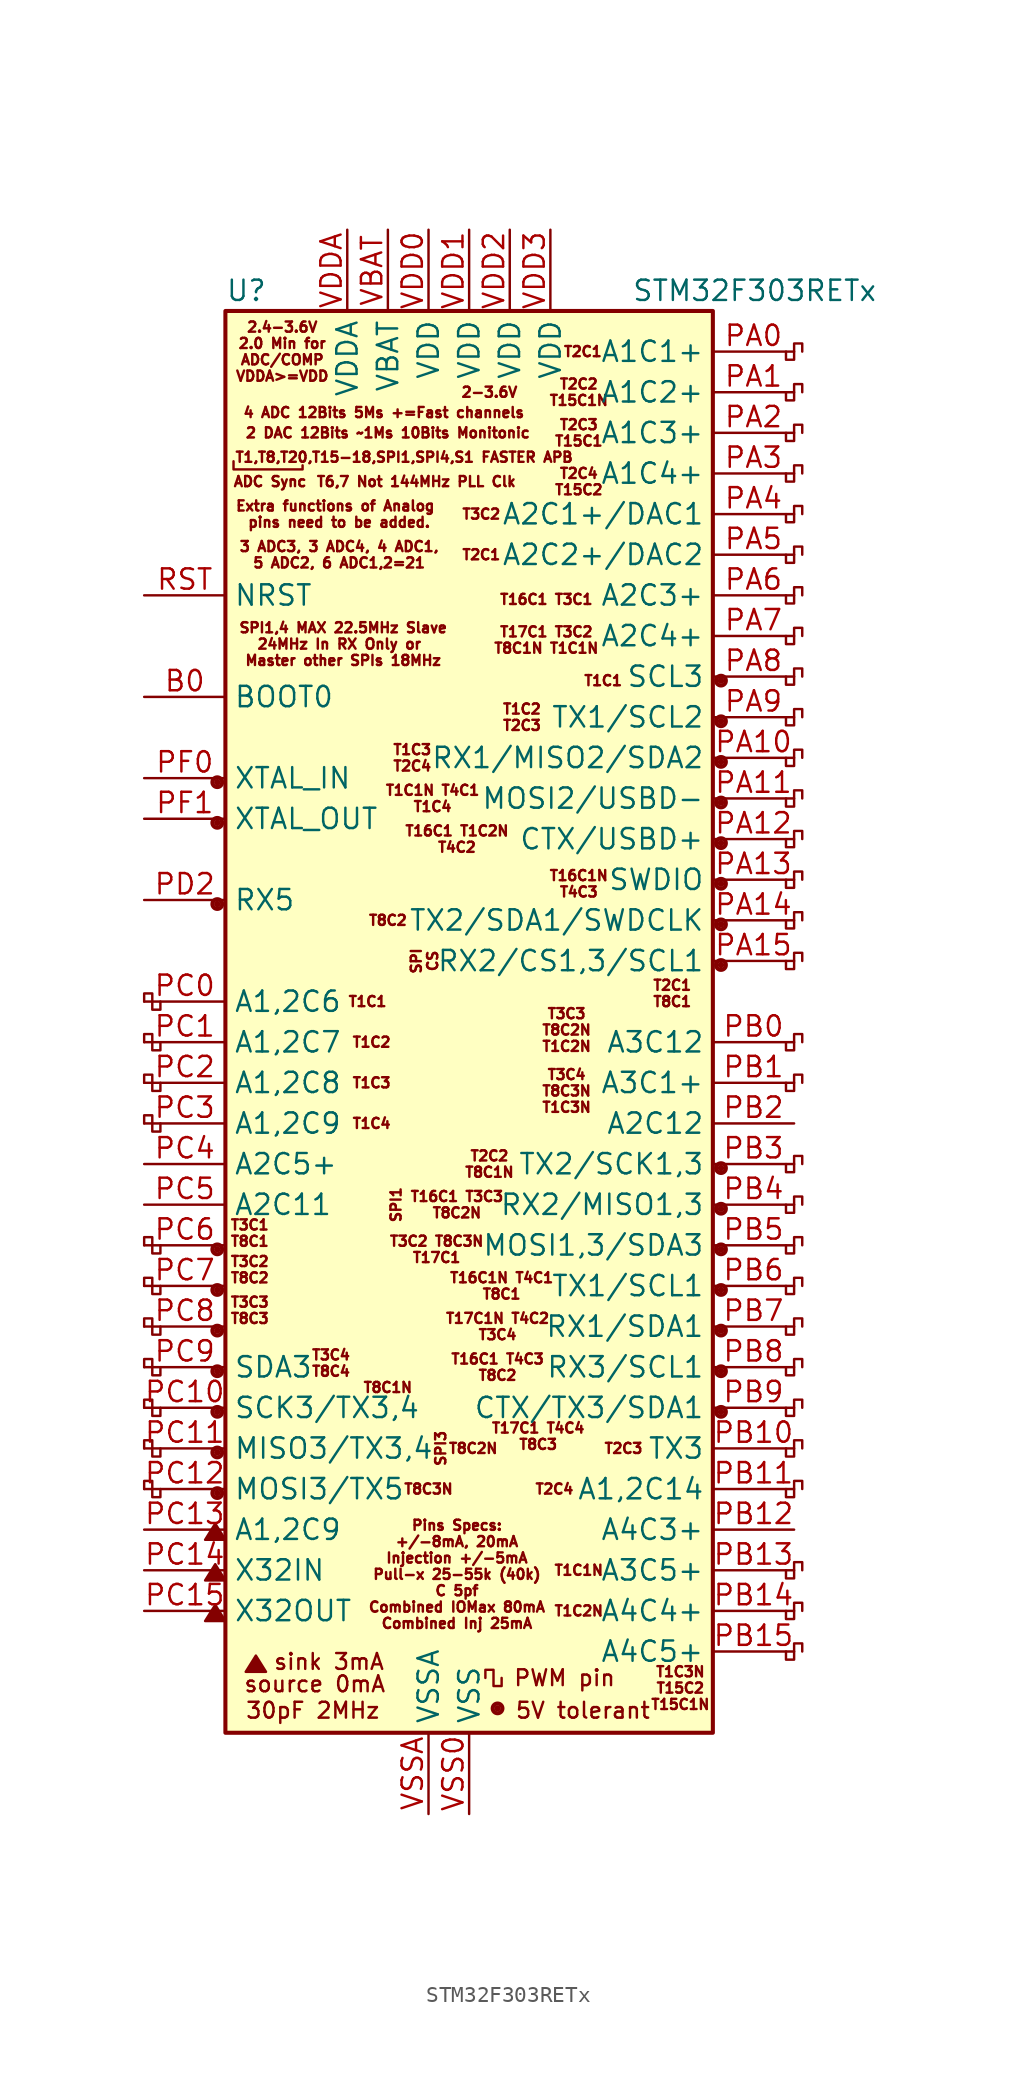
<source format=kicad_sym>
(kicad_symbol_lib
  (version 20231120)
  (generator "kicad_symbol_editor")
  (generator_version "8.0")
  (symbol "STM32F303RETx"
    (property "Reference" "U"
      (at -15.24 46.99 0)
      (effects (font (size 1.27 1.27)) (justify left)))
    (property "Value" "STM32F303RETx"
      (at 10.16 46.99 0)
      (effects (font (size 1.27 1.27)) (justify left)))
    (symbol "STM32F303RETx_0_0"
      (circle (center -15.748 -28.194) (radius 0.127) (stroke (width 0) (type default)) (fill (type outline)))
      (circle (center -15.748 -28.194) (radius 0.254) (stroke (width 0) (type default)) (fill (type none)))
      (circle (center -15.748 -28.194) (radius 0.356) (stroke (width 0) (type default)) (fill (type none)))
      (circle (center -15.748 -25.654) (radius 0.127) (stroke (width 0) (type default)) (fill (type outline)))
      (circle (center -15.748 -25.654) (radius 0.254) (stroke (width 0) (type default)) (fill (type none)))
      (circle (center -15.748 -25.654) (radius 0.356) (stroke (width 0) (type default)) (fill (type none)))
      (circle (center -15.748 -23.114) (radius 0.127) (stroke (width 0) (type default)) (fill (type outline)))
      (circle (center -15.748 -23.114) (radius 0.254) (stroke (width 0) (type default)) (fill (type none)))
      (circle (center -15.748 -23.114) (radius 0.356) (stroke (width 0) (type default)) (fill (type none)))
      (circle (center -15.748 -20.574) (radius 0.127) (stroke (width 0) (type default)) (fill (type outline)))
      (circle (center -15.748 -20.574) (radius 0.254) (stroke (width 0) (type default)) (fill (type none)))
      (circle (center -15.748 -20.574) (radius 0.356) (stroke (width 0) (type default)) (fill (type none)))
      (circle (center -15.748 -18.034) (radius 0.127) (stroke (width 0) (type default)) (fill (type outline)))
      (circle (center -15.748 -18.034) (radius 0.254) (stroke (width 0) (type default)) (fill (type none)))
      (circle (center -15.748 -18.034) (radius 0.356) (stroke (width 0) (type default)) (fill (type none)))
      (circle (center -15.748 -15.494) (radius 0.127) (stroke (width 0) (type default)) (fill (type outline)))
      (circle (center -15.748 -15.494) (radius 0.254) (stroke (width 0) (type default)) (fill (type none)))
      (circle (center -15.748 -15.494) (radius 0.356) (stroke (width 0) (type default)) (fill (type none)))
      (circle (center -15.748 -12.954) (radius 0.127) (stroke (width 0) (type default)) (fill (type outline)))
      (circle (center -15.748 -12.954) (radius 0.254) (stroke (width 0) (type default)) (fill (type none)))
      (circle (center -15.748 -12.954) (radius 0.356) (stroke (width 0) (type default)) (fill (type none)))
      (circle (center -15.748 8.636) (radius 0.127) (stroke (width 0) (type default)) (fill (type outline)))
      (circle (center -15.748 8.636) (radius 0.254) (stroke (width 0) (type default)) (fill (type none)))
      (circle (center -15.748 8.636) (radius 0.356) (stroke (width 0) (type default)) (fill (type none)))
      (circle (center -15.748 13.716) (radius 0.127) (stroke (width 0) (type default)) (fill (type outline)))
      (circle (center -15.748 13.716) (radius 0.254) (stroke (width 0) (type default)) (fill (type none)))
      (circle (center -15.748 13.716) (radius 0.356) (stroke (width 0) (type default)) (fill (type none)))
      (circle (center -15.748 16.256) (radius 0.127) (stroke (width 0) (type default)) (fill (type outline)))
      (circle (center -15.748 16.256) (radius 0.254) (stroke (width 0) (type default)) (fill (type none)))
      (circle (center -15.748 16.256) (radius 0.356) (stroke (width 0) (type default)) (fill (type none)))
      (polyline (pts (xy -16.51 -36.195) (xy -15.875 -35.179) (xy -15.24 -36.195) (xy -16.51 -36.195) (xy -15.875 -35.306) (xy -15.367 -36.195) (xy -16.383 -36.068) (xy -15.875 -35.433) (xy -15.494 -36.195) (xy -16.256 -35.941) (xy -15.748 -35.56) (xy -15.621 -36.195) (xy -16.129 -35.814) (xy -15.621 -35.687) (xy -15.748 -36.068) (xy -16.002 -35.814) (xy -15.748 -35.941) (xy -15.875 -35.687)) (stroke (width 0) (type default)) (fill (type none)))
      (polyline (pts (xy -16.51 -33.655) (xy -15.875 -32.639) (xy -15.24 -33.655) (xy -16.51 -33.655) (xy -15.875 -32.766) (xy -15.367 -33.655) (xy -16.383 -33.528) (xy -15.875 -32.893) (xy -15.494 -33.655) (xy -16.256 -33.401) (xy -15.748 -33.02) (xy -15.621 -33.655) (xy -16.129 -33.274) (xy -15.621 -33.147) (xy -15.748 -33.528) (xy -16.002 -33.274) (xy -15.748 -33.401) (xy -15.875 -33.147)) (stroke (width 0) (type default)) (fill (type none)))
      (polyline (pts (xy -16.51 -31.115) (xy -15.875 -30.099) (xy -15.24 -31.115) (xy -16.51 -31.115) (xy -15.875 -30.226) (xy -15.367 -31.115) (xy -16.383 -30.988) (xy -15.875 -30.353) (xy -15.494 -31.115) (xy -16.256 -30.861) (xy -15.748 -30.48) (xy -15.621 -31.115) (xy -16.129 -30.734) (xy -15.621 -30.607) (xy -15.748 -30.988) (xy -16.002 -30.734) (xy -15.748 -30.861) (xy -15.875 -30.607)) (stroke (width 0) (type default)) (fill (type none)))
      (polyline (pts (xy -13.97 -39.37) (xy -13.335 -38.354) (xy -12.7 -39.37) (xy -13.97 -39.37) (xy -13.335 -38.481) (xy -12.827 -39.37) (xy -13.843 -39.243) (xy -13.335 -38.608) (xy -12.954 -39.37) (xy -13.716 -39.116) (xy -13.208 -38.735) (xy -13.081 -39.37) (xy -13.589 -38.989) (xy -13.081 -38.862) (xy -13.208 -39.243) (xy -13.462 -38.989) (xy -13.208 -39.116) (xy -13.335 -38.862)) (stroke (width 0) (type default)) (fill (type none)))
      (circle (center 1.778 -41.656) (radius 0.127) (stroke (width 0) (type default)) (fill (type outline)))
      (circle (center 1.778 -41.656) (radius 0.254) (stroke (width 0) (type default)) (fill (type none)))
      (circle (center 1.778 -41.656) (radius 0.356) (stroke (width 0) (type default)) (fill (type none)))
      (circle (center 15.748 -23.114) (radius 0.127) (stroke (width 0) (type default)) (fill (type outline)))
      (circle (center 15.748 -23.114) (radius 0.254) (stroke (width 0) (type default)) (fill (type none)))
      (circle (center 15.748 -23.114) (radius 0.356) (stroke (width 0) (type default)) (fill (type none)))
      (circle (center 15.748 -20.574) (radius 0.127) (stroke (width 0) (type default)) (fill (type outline)))
      (circle (center 15.748 -20.574) (radius 0.254) (stroke (width 0) (type default)) (fill (type none)))
      (circle (center 15.748 -20.574) (radius 0.356) (stroke (width 0) (type default)) (fill (type none)))
      (circle (center 15.748 -18.034) (radius 0.127) (stroke (width 0) (type default)) (fill (type outline)))
      (circle (center 15.748 -18.034) (radius 0.254) (stroke (width 0) (type default)) (fill (type none)))
      (circle (center 15.748 -18.034) (radius 0.356) (stroke (width 0) (type default)) (fill (type none)))
      (circle (center 15.748 -15.494) (radius 0.127) (stroke (width 0) (type default)) (fill (type outline)))
      (circle (center 15.748 -15.494) (radius 0.254) (stroke (width 0) (type default)) (fill (type none)))
      (circle (center 15.748 -15.494) (radius 0.356) (stroke (width 0) (type default)) (fill (type none)))
      (circle (center 15.748 -12.954) (radius 0.127) (stroke (width 0) (type default)) (fill (type outline)))
      (circle (center 15.748 -12.954) (radius 0.254) (stroke (width 0) (type default)) (fill (type none)))
      (circle (center 15.748 -12.954) (radius 0.356) (stroke (width 0) (type default)) (fill (type none)))
      (circle (center 15.748 -10.414) (radius 0.127) (stroke (width 0) (type default)) (fill (type outline)))
      (circle (center 15.748 -10.414) (radius 0.254) (stroke (width 0) (type default)) (fill (type none)))
      (circle (center 15.748 -10.414) (radius 0.356) (stroke (width 0) (type default)) (fill (type none)))
      (circle (center 15.748 -7.874) (radius 0.127) (stroke (width 0) (type default)) (fill (type outline)))
      (circle (center 15.748 -7.874) (radius 0.254) (stroke (width 0) (type default)) (fill (type none)))
      (circle (center 15.748 -7.874) (radius 0.356) (stroke (width 0) (type default)) (fill (type none)))
      (circle (center 15.748 4.826) (radius 0.127) (stroke (width 0) (type default)) (fill (type outline)))
      (circle (center 15.748 4.826) (radius 0.254) (stroke (width 0) (type default)) (fill (type none)))
      (circle (center 15.748 4.826) (radius 0.356) (stroke (width 0) (type default)) (fill (type none)))
      (circle (center 15.748 7.366) (radius 0.127) (stroke (width 0) (type default)) (fill (type outline)))
      (circle (center 15.748 7.366) (radius 0.254) (stroke (width 0) (type default)) (fill (type none)))
      (circle (center 15.748 7.366) (radius 0.356) (stroke (width 0) (type default)) (fill (type none)))
      (circle (center 15.748 9.906) (radius 0.127) (stroke (width 0) (type default)) (fill (type outline)))
      (circle (center 15.748 9.906) (radius 0.254) (stroke (width 0) (type default)) (fill (type none)))
      (circle (center 15.748 9.906) (radius 0.356) (stroke (width 0) (type default)) (fill (type none)))
      (circle (center 15.748 12.446) (radius 0.127) (stroke (width 0) (type default)) (fill (type outline)))
      (circle (center 15.748 12.446) (radius 0.254) (stroke (width 0) (type default)) (fill (type none)))
      (circle (center 15.748 12.446) (radius 0.356) (stroke (width 0) (type default)) (fill (type none)))
      (circle (center 15.748 14.986) (radius 0.127) (stroke (width 0) (type default)) (fill (type outline)))
      (circle (center 15.748 14.986) (radius 0.254) (stroke (width 0) (type default)) (fill (type none)))
      (circle (center 15.748 14.986) (radius 0.356) (stroke (width 0) (type default)) (fill (type none)))
      (circle (center 15.748 17.526) (radius 0.127) (stroke (width 0) (type default)) (fill (type outline)))
      (circle (center 15.748 17.526) (radius 0.254) (stroke (width 0) (type default)) (fill (type none)))
      (circle (center 15.748 17.526) (radius 0.356) (stroke (width 0) (type default)) (fill (type none)))
      (circle (center 15.748 20.066) (radius 0.127) (stroke (width 0) (type default)) (fill (type outline)))
      (circle (center 15.748 20.066) (radius 0.254) (stroke (width 0) (type default)) (fill (type none)))
      (circle (center 15.748 20.066) (radius 0.356) (stroke (width 0) (type default)) (fill (type none)))
      (circle (center 15.748 22.606) (radius 0.127) (stroke (width 0) (type default)) (fill (type outline)))
      (circle (center 15.748 22.606) (radius 0.254) (stroke (width 0) (type default)) (fill (type none)))
      (circle (center 15.748 22.606) (radius 0.356) (stroke (width 0) (type default)) (fill (type none)))
      (text "30pF 2MHz" (at -9.779 -41.783 0) (effects (font (size 0.991 0.991))))
      (text "5V tolerant" (at 7.112 -41.783 0) (effects (font (size 0.991 0.991))))
      (text "PWM pin" (at 5.969 -39.751 0) (effects (font (size 0.991 0.991))))
      (text "sink 3mA" (at -8.763 -38.735 0) (effects (font (size 0.991 0.991))))
      (text "source 0mA" (at -9.652 -40.132 0) (effects (font (size 0.991 0.991)))))
    (symbol "STM32F303RETx_0_1"
      (rectangle (start -15.24 45.72) (end 15.24 -43.18) (stroke (width 0.254) (type default)) (fill (type background)))
      (polyline (pts (xy -19.304 -27.94) (xy -19.304 -28.448) (xy -19.812 -28.448) (xy -19.812 -27.432) (xy -20.32 -27.432) (xy -20.32 -27.94)) (stroke (width 0) (type default)) (fill (type none)))
      (polyline (pts (xy -19.304 -25.4) (xy -19.304 -25.908) (xy -19.812 -25.908) (xy -19.812 -24.892) (xy -20.32 -24.892) (xy -20.32 -25.4)) (stroke (width 0) (type default)) (fill (type none)))
      (polyline (pts (xy -19.304 -22.86) (xy -19.304 -23.368) (xy -19.812 -23.368) (xy -19.812 -22.352) (xy -20.32 -22.352) (xy -20.32 -22.86)) (stroke (width 0) (type default)) (fill (type none)))
      (polyline (pts (xy -19.304 -20.32) (xy -19.304 -20.828) (xy -19.812 -20.828) (xy -19.812 -19.812) (xy -20.32 -19.812) (xy -20.32 -20.32)) (stroke (width 0) (type default)) (fill (type none)))
      (polyline (pts (xy -19.304 -17.78) (xy -19.304 -18.288) (xy -19.812 -18.288) (xy -19.812 -17.272) (xy -20.32 -17.272) (xy -20.32 -17.78)) (stroke (width 0) (type default)) (fill (type none)))
      (polyline (pts (xy -19.304 -15.24) (xy -19.304 -15.748) (xy -19.812 -15.748) (xy -19.812 -14.732) (xy -20.32 -14.732) (xy -20.32 -15.24)) (stroke (width 0) (type default)) (fill (type none)))
      (polyline (pts (xy -19.304 -12.7) (xy -19.304 -13.208) (xy -19.812 -13.208) (xy -19.812 -12.192) (xy -20.32 -12.192) (xy -20.32 -12.7)) (stroke (width 0) (type default)) (fill (type none)))
      (polyline (pts (xy -19.304 -5.08) (xy -19.304 -5.588) (xy -19.812 -5.588) (xy -19.812 -4.572) (xy -20.32 -4.572) (xy -20.32 -5.08)) (stroke (width 0) (type default)) (fill (type none)))
      (polyline (pts (xy -19.304 -2.54) (xy -19.304 -3.048) (xy -19.812 -3.048) (xy -19.812 -2.032) (xy -20.32 -2.032) (xy -20.32 -2.54)) (stroke (width 0) (type default)) (fill (type none)))
      (polyline (pts (xy -19.304 0) (xy -19.304 -0.508) (xy -19.812 -0.508) (xy -19.812 0.508) (xy -20.32 0.508) (xy -20.32 0)) (stroke (width 0) (type default)) (fill (type none)))
      (polyline (pts (xy -19.304 2.54) (xy -19.304 2.032) (xy -19.812 2.032) (xy -19.812 3.048) (xy -20.32 3.048) (xy -20.32 2.54)) (stroke (width 0) (type default)) (fill (type none)))
      (polyline (pts (xy 2.032 -39.751) (xy 2.032 -40.259) (xy 1.524 -40.259) (xy 1.524 -39.243) (xy 1.016 -39.243) (xy 1.016 -39.751)) (stroke (width 0) (type default)) (fill (type none)))
      (polyline (pts (xy 20.828 -38.1) (xy 20.828 -37.592) (xy 20.32 -37.592) (xy 20.32 -38.608) (xy 19.812 -38.608) (xy 19.812 -38.1)) (stroke (width 0) (type default)) (fill (type none)))
      (polyline (pts (xy 20.828 -35.56) (xy 20.828 -35.052) (xy 20.32 -35.052) (xy 20.32 -36.068) (xy 19.812 -36.068) (xy 19.812 -35.56)) (stroke (width 0) (type default)) (fill (type none)))
      (polyline (pts (xy 20.828 -33.02) (xy 20.828 -32.512) (xy 20.32 -32.512) (xy 20.32 -33.528) (xy 19.812 -33.528) (xy 19.812 -33.02)) (stroke (width 0) (type default)) (fill (type none)))
      (polyline (pts (xy 20.828 -27.94) (xy 20.828 -27.432) (xy 20.32 -27.432) (xy 20.32 -28.448) (xy 19.812 -28.448) (xy 19.812 -27.94)) (stroke (width 0) (type default)) (fill (type none)))
      (polyline (pts (xy 20.828 -25.4) (xy 20.828 -24.892) (xy 20.32 -24.892) (xy 20.32 -25.908) (xy 19.812 -25.908) (xy 19.812 -25.4)) (stroke (width 0) (type default)) (fill (type none)))
      (polyline (pts (xy 20.828 -22.86) (xy 20.828 -22.352) (xy 20.32 -22.352) (xy 20.32 -23.368) (xy 19.812 -23.368) (xy 19.812 -22.86)) (stroke (width 0) (type default)) (fill (type none)))
      (polyline (pts (xy 20.828 -20.32) (xy 20.828 -19.812) (xy 20.32 -19.812) (xy 20.32 -20.828) (xy 19.812 -20.828) (xy 19.812 -20.32)) (stroke (width 0) (type default)) (fill (type none)))
      (polyline (pts (xy 20.828 -17.78) (xy 20.828 -17.272) (xy 20.32 -17.272) (xy 20.32 -18.288) (xy 19.812 -18.288) (xy 19.812 -17.78)) (stroke (width 0) (type default)) (fill (type none)))
      (polyline (pts (xy 20.828 -15.24) (xy 20.828 -14.732) (xy 20.32 -14.732) (xy 20.32 -15.748) (xy 19.812 -15.748) (xy 19.812 -15.24)) (stroke (width 0) (type default)) (fill (type none)))
      (polyline (pts (xy 20.828 -12.7) (xy 20.828 -12.192) (xy 20.32 -12.192) (xy 20.32 -13.208) (xy 19.812 -13.208) (xy 19.812 -12.7)) (stroke (width 0) (type default)) (fill (type none)))
      (polyline (pts (xy 20.828 -10.16) (xy 20.828 -9.652) (xy 20.32 -9.652) (xy 20.32 -10.668) (xy 19.812 -10.668) (xy 19.812 -10.16)) (stroke (width 0) (type default)) (fill (type none)))
      (polyline (pts (xy 20.828 -7.62) (xy 20.828 -7.112) (xy 20.32 -7.112) (xy 20.32 -8.128) (xy 19.812 -8.128) (xy 19.812 -7.62)) (stroke (width 0) (type default)) (fill (type none)))
      (polyline (pts (xy 20.828 -2.54) (xy 20.828 -2.032) (xy 20.32 -2.032) (xy 20.32 -3.048) (xy 19.812 -3.048) (xy 19.812 -2.54)) (stroke (width 0) (type default)) (fill (type none)))
      (polyline (pts (xy 20.828 0) (xy 20.828 0.508) (xy 20.32 0.508) (xy 20.32 -0.508) (xy 19.812 -0.508) (xy 19.812 0)) (stroke (width 0) (type default)) (fill (type none)))
      (polyline (pts (xy 20.828 5.08) (xy 20.828 5.588) (xy 20.32 5.588) (xy 20.32 4.572) (xy 19.812 4.572) (xy 19.812 5.08)) (stroke (width 0) (type default)) (fill (type none)))
      (polyline (pts (xy 20.828 7.62) (xy 20.828 8.128) (xy 20.32 8.128) (xy 20.32 7.112) (xy 19.812 7.112) (xy 19.812 7.62)) (stroke (width 0) (type default)) (fill (type none)))
      (polyline (pts (xy 20.828 10.16) (xy 20.828 10.668) (xy 20.32 10.668) (xy 20.32 9.652) (xy 19.812 9.652) (xy 19.812 10.16)) (stroke (width 0) (type default)) (fill (type none)))
      (polyline (pts (xy 20.828 12.7) (xy 20.828 13.208) (xy 20.32 13.208) (xy 20.32 12.192) (xy 19.812 12.192) (xy 19.812 12.7)) (stroke (width 0) (type default)) (fill (type none)))
      (polyline (pts (xy 20.828 15.24) (xy 20.828 15.748) (xy 20.32 15.748) (xy 20.32 14.732) (xy 19.812 14.732) (xy 19.812 15.24)) (stroke (width 0) (type default)) (fill (type none)))
      (polyline (pts (xy 20.828 17.78) (xy 20.828 18.288) (xy 20.32 18.288) (xy 20.32 17.272) (xy 19.812 17.272) (xy 19.812 17.78)) (stroke (width 0) (type default)) (fill (type none)))
      (polyline (pts (xy 20.828 20.32) (xy 20.828 20.828) (xy 20.32 20.828) (xy 20.32 19.812) (xy 19.812 19.812) (xy 19.812 20.32)) (stroke (width 0) (type default)) (fill (type none)))
      (polyline (pts (xy 20.828 22.86) (xy 20.828 23.368) (xy 20.32 23.368) (xy 20.32 22.352) (xy 19.812 22.352) (xy 19.812 22.86)) (stroke (width 0) (type default)) (fill (type none)))
      (polyline (pts (xy 20.828 25.4) (xy 20.828 25.908) (xy 20.32 25.908) (xy 20.32 24.892) (xy 19.812 24.892) (xy 19.812 25.4)) (stroke (width 0) (type default)) (fill (type none)))
      (polyline (pts (xy 20.828 27.94) (xy 20.828 28.448) (xy 20.32 28.448) (xy 20.32 27.432) (xy 19.812 27.432) (xy 19.812 27.94)) (stroke (width 0) (type default)) (fill (type none)))
      (polyline (pts (xy 20.828 30.48) (xy 20.828 30.988) (xy 20.32 30.988) (xy 20.32 29.972) (xy 19.812 29.972) (xy 19.812 30.48)) (stroke (width 0) (type default)) (fill (type none)))
      (polyline (pts (xy 20.828 33.02) (xy 20.828 33.528) (xy 20.32 33.528) (xy 20.32 32.512) (xy 19.812 32.512) (xy 19.812 33.02)) (stroke (width 0) (type default)) (fill (type none)))
      (polyline (pts (xy 20.828 35.56) (xy 20.828 36.068) (xy 20.32 36.068) (xy 20.32 35.052) (xy 19.812 35.052) (xy 19.812 35.56)) (stroke (width 0) (type default)) (fill (type none)))
      (polyline (pts (xy 20.828 38.1) (xy 20.828 38.608) (xy 20.32 38.608) (xy 20.32 37.592) (xy 19.812 37.592) (xy 19.812 38.1)) (stroke (width 0) (type default)) (fill (type none)))
      (polyline (pts (xy 20.828 40.64) (xy 20.828 41.148) (xy 20.32 41.148) (xy 20.32 40.132) (xy 19.812 40.132) (xy 19.812 40.64)) (stroke (width 0) (type default)) (fill (type none)))
      (polyline (pts (xy 20.828 43.18) (xy 20.828 43.688) (xy 20.32 43.688) (xy 20.32 42.672) (xy 19.812 42.672) (xy 19.812 43.18)) (stroke (width 0) (type default)) (fill (type none))))
    (symbol "STM32F303RETx_1_1"
      (polyline (pts (xy -14.732 36.322) (xy -14.732 35.814) (xy -10.414 35.814) (xy -10.414 36.068)) (stroke (width 0) (type default)) (fill (type none)))
      (text "2 DAC 12Bits ~1Ms 10Bits Monitonic" (at -5.08 38.1 0) (effects (font (size 0.635 0.635))))
      (text "2-3.6V" (at 1.27 40.64 0) (effects (font (size 0.635 0.635))))
      (text "2.4-3.6V\n2.0 Min for\nADC/COMP\nVDDA>=VDD" (at -11.684 43.18 0) (effects (font (size 0.635 0.635))))
      (text "3 ADC3, 3 ADC4, 4 ADC1,\n5 ADC2, 6 ADC1,2=21" (at -8.128 30.48 0) (effects (font (size 0.635 0.635))))
      (text "4 ADC 12Bits 5Ms +=Fast channels" (at -5.334 39.37 0) (effects (font (size 0.635 0.635))))
      (text "ADC Sync" (at -12.446 35.052 0) (effects (font (size 0.635 0.635))))
      (text "Extra functions of Analog \npins need to be added." (at -8.128 33.02 0) (effects (font (size 0.635 0.635))))
      (text "Pins Specs:\n+/-8mA, 20mA\nInjection +/-5mA\nPull-x 25-55k (40k)\nC 5pf\nCombined IOMax 80mA\nCombined Inj 25mA" (at -0.762 -33.274 0) (effects (font (size 0.635 0.635))))
      (text "SPI\nCS" (at -2.794 5.08 900) (effects (font (size 0.635 0.635))))
      (text "SPI1" (at -4.572 -10.16 900) (effects (font (size 0.635 0.635))))
      (text "SPI1,4 MAX 22.5MHz Slave\n24MHz In RX Only or \nMaster other SPIs 18MHz" (at -7.874 24.892 0) (effects (font (size 0.635 0.635))))
      (text "SPI3" (at -1.778 -25.4 900) (effects (font (size 0.635 0.635))))
      (text "T1,T8,T20,T15-18,SPI1,SPI4,S1 FASTER APB" (at -4.064 36.576 0) (effects (font (size 0.635 0.635))))
      (text "T16C1 T1C2N\nT4C2" (at -0.762 12.7 0) (effects (font (size 0.635 0.635))))
      (text "T16C1 T3C1" (at 4.826 27.686 0) (effects (font (size 0.635 0.635))))
      (text "T16C1 T3C3\nT8C2N" (at -0.762 -10.16 0) (effects (font (size 0.635 0.635))))
      (text "T16C1 T4C3\nT8C2" (at 1.778 -20.32 0) (effects (font (size 0.635 0.635))))
      (text "T16C1N\nT4C3" (at 6.858 9.906 0) (effects (font (size 0.635 0.635))))
      (text "T16C1N T4C1\nT8C1" (at 2.032 -15.24 0) (effects (font (size 0.635 0.635))))
      (text "T17C1 T3C2\nT8C1N T1C1N" (at 4.826 25.146 0) (effects (font (size 0.635 0.635))))
      (text "T17C1 T4C4\nT8C3" (at 4.318 -24.638 0) (effects (font (size 0.635 0.635))))
      (text "T17C1N T4C2\nT3C4" (at 1.778 -17.78 0) (effects (font (size 0.635 0.635))))
      (text "T1C1" (at -6.35 2.54 0) (effects (font (size 0.635 0.635))))
      (text "T1C1" (at 8.382 22.606 0) (effects (font (size 0.635 0.635))))
      (text "T1C1N" (at 6.858 -33.02 0) (effects (font (size 0.635 0.635))))
      (text "T1C1N T4C1\nT1C4" (at -2.286 15.24 0) (effects (font (size 0.635 0.635))))
      (text "T1C2" (at -6.096 0 0) (effects (font (size 0.635 0.635))))
      (text "T1C2\nT2C3" (at 3.302 20.32 0) (effects (font (size 0.635 0.635))))
      (text "T1C2N" (at 6.858 -35.56 0) (effects (font (size 0.635 0.635))))
      (text "T1C3" (at -6.096 -2.54 0) (effects (font (size 0.635 0.635))))
      (text "T1C3\nT2C4" (at -3.556 17.78 0) (effects (font (size 0.635 0.635))))
      (text "T1C3N\nT15C2\nT15C1N" (at 13.208 -40.386 0) (effects (font (size 0.635 0.635))))
      (text "T1C4" (at -6.096 -5.08 0) (effects (font (size 0.635 0.635))))
      (text "T2C1" (at 0.762 30.48 0) (effects (font (size 0.635 0.635))))
      (text "T2C1" (at 7.112 43.18 0) (effects (font (size 0.635 0.635))))
      (text "T2C1\nT8C1" (at 12.7 3.048 0) (effects (font (size 0.635 0.635))))
      (text "T2C2\nT15C1N" (at 6.858 40.64 0) (effects (font (size 0.635 0.635))))
      (text "T2C2\nT8C1N" (at 1.27 -7.62 0) (effects (font (size 0.635 0.635))))
      (text "T2C3" (at 9.652 -25.4 0) (effects (font (size 0.635 0.635))))
      (text "T2C3\nT15C1" (at 6.858 38.1 0) (effects (font (size 0.635 0.635))))
      (text "T2C4" (at 5.334 -27.94 0) (effects (font (size 0.635 0.635))))
      (text "T2C4\nT15C2" (at 6.858 35.052 0) (effects (font (size 0.635 0.635))))
      (text "T3C1\nT8C1" (at -13.716 -11.938 0) (effects (font (size 0.635 0.635))))
      (text "T3C2" (at 0.762 33.02 0) (effects (font (size 0.635 0.635))))
      (text "T3C2\nT8C2" (at -13.716 -14.224 0) (effects (font (size 0.635 0.635))))
      (text "T3C2 T8C3N\nT17C1" (at -2.032 -12.954 0) (effects (font (size 0.635 0.635))))
      (text "T3C3\nT8C2N\nT1C2N" (at 6.096 0.762 0) (effects (font (size 0.635 0.635))))
      (text "T3C3\nT8C3" (at -13.716 -16.764 0) (effects (font (size 0.635 0.635))))
      (text "T3C4\nT8C3N\nT1C3N" (at 6.096 -3.048 0) (effects (font (size 0.635 0.635))))
      (text "T3C4\nT8C4" (at -8.636 -20.066 0) (effects (font (size 0.635 0.635))))
      (text "T6,7 Not 144MHz PLL Clk" (at -3.302 35.052 0) (effects (font (size 0.635 0.635))))
      (text "T8C1N" (at -5.08 -21.59 0) (effects (font (size 0.635 0.635))))
      (text "T8C2" (at -5.08 7.62 0) (effects (font (size 0.635 0.635))))
      (text "T8C2N" (at 0.254 -25.4 0) (effects (font (size 0.635 0.635))))
      (text "T8C3N" (at -2.54 -27.94 0) (effects (font (size 0.635 0.635))))
      (pin input line (at -20.32 21.59 0) (length 5.08) (name "BOOT0" (effects (font (size 1.27 1.27)))) (number "B0" (effects (font (size 1.27 1.27)))))
      (pin bidirectional line (at 20.32 43.18 180) (length 5.08) (name "A1C1+" (effects (font (size 1.27 1.27)))) (number "PA0" (effects (font (size 1.27 1.27)))) (alternate "ADC1_IN1" bidirectional line) (alternate "COMP1_INM" bidirectional line) (alternate "COMP1_OUT" bidirectional line) (alternate "RTC_TAMP2" bidirectional line) (alternate "SYS_WKUP1" bidirectional line) (alternate "TIM2_CH1" bidirectional line) (alternate "TIM2_ETR" bidirectional line) (alternate "TIM8_BKIN" bidirectional line) (alternate "TIM8_ETR" bidirectional line) (alternate "TSC_G1_IO1" bidirectional line) (alternate "USART2_CTS" bidirectional line))
      (pin bidirectional line (at 20.32 40.64 180) (length 5.08) (name "A1C2+" (effects (font (size 1.27 1.27)))) (number "PA1" (effects (font (size 1.27 1.27)))) (alternate "ADC1_IN2" bidirectional line) (alternate "COMP1_INP" bidirectional line) (alternate "OPAMP1_VINP" bidirectional line) (alternate "OPAMP1_VINP_SEC" bidirectional line) (alternate "OPAMP3_VINP" bidirectional line) (alternate "OPAMP3_VINP_SEC" bidirectional line) (alternate "RTC_REFIN" bidirectional line) (alternate "TIM15_CH1N" bidirectional line) (alternate "TIM2_CH2" bidirectional line) (alternate "TSC_G1_IO2" bidirectional line) (alternate "USART2_DE" bidirectional line) (alternate "USART2_RTS" bidirectional line))
      (pin bidirectional line (at 20.32 17.78 180) (length 5.08) (name "RX1/MISO2/SDA2" (effects (font (size 1.27 1.27)))) (number "PA10" (effects (font (size 1.27 1.27)))) (alternate "COMP6_OUT" bidirectional line) (alternate "I2C2_SDA" bidirectional line) (alternate "I2S2_ext_SD" bidirectional line) (alternate "SPI2_MISO" bidirectional line) (alternate "TIM17_BKIN" bidirectional line) (alternate "TIM1_CH3" bidirectional line) (alternate "TIM2_CH4" bidirectional line) (alternate "TIM8_BKIN" bidirectional line) (alternate "TSC_G4_IO2" bidirectional line) (alternate "USART1_RX" bidirectional line))
      (pin bidirectional line (at 20.32 15.24 180) (length 5.08) (name "MOSI2/USBD-" (effects (font (size 1.27 1.27)))) (number "PA11" (effects (font (size 1.27 1.27)))) (alternate "ADC1_EXTI11" bidirectional line) (alternate "ADC2_EXTI11" bidirectional line) (alternate "CAN_RX" bidirectional line) (alternate "COMP1_OUT" bidirectional line) (alternate "I2S2_SD" bidirectional line) (alternate "SPI2_MOSI" bidirectional line) (alternate "TIM1_BKIN2" bidirectional line) (alternate "TIM1_CH1N" bidirectional line) (alternate "TIM1_CH4" bidirectional line) (alternate "TIM4_CH1" bidirectional line) (alternate "USART1_CTS" bidirectional line) (alternate "USB_DM" bidirectional line))
      (pin bidirectional line (at 20.32 12.7 180) (length 5.08) (name "CTX/USBD+" (effects (font (size 1.27 1.27)))) (number "PA12" (effects (font (size 1.27 1.27)))) (alternate "CAN_TX" bidirectional line) (alternate "COMP2_OUT" bidirectional line) (alternate "I2S_CKIN" bidirectional line) (alternate "TIM16_CH1" bidirectional line) (alternate "TIM1_CH2N" bidirectional line) (alternate "TIM1_ETR" bidirectional line) (alternate "TIM4_CH2" bidirectional line) (alternate "USART1_DE" bidirectional line) (alternate "USART1_RTS" bidirectional line) (alternate "USB_DP" bidirectional line))
      (pin bidirectional line (at 20.32 10.16 180) (length 5.08) (name "SWDIO" (effects (font (size 1.27 1.27)))) (number "PA13" (effects (font (size 1.27 1.27)))) (alternate "IR_OUT" bidirectional line) (alternate "SYS_JTMS-SWDIO" bidirectional line) (alternate "TIM16_CH1N" bidirectional line) (alternate "TIM4_CH3" bidirectional line) (alternate "TSC_G4_IO3" bidirectional line) (alternate "USART3_CTS" bidirectional line))
      (pin bidirectional line (at 20.32 7.62 180) (length 5.08) (name "TX2/SDA1/SWDCLK" (effects (font (size 1.27 1.27)))) (number "PA14" (effects (font (size 1.27 1.27)))) (alternate "I2C1_SDA" bidirectional line) (alternate "SYS_JTCK-SWCLK" bidirectional line) (alternate "TIM1_BKIN" bidirectional line) (alternate "TIM8_CH2" bidirectional line) (alternate "TSC_G4_IO4" bidirectional line) (alternate "USART2_TX" bidirectional line))
      (pin bidirectional line (at 20.32 5.08 180) (length 5.08) (name "RX2/CS1,3/SCL1" (effects (font (size 1.27 1.27)))) (number "PA15" (effects (font (size 1.27 1.27)))) (alternate "ADC1_EXTI15" bidirectional line) (alternate "ADC2_EXTI15" bidirectional line) (alternate "ADC3_EXTI15" bidirectional line) (alternate "ADC4_EXTI15" bidirectional line) (alternate "I2C1_SCL" bidirectional line) (alternate "I2S3_WS" bidirectional line) (alternate "SPI1_NSS" bidirectional line) (alternate "SPI3_NSS" bidirectional line) (alternate "SYS_JTDI" bidirectional line) (alternate "TIM1_BKIN" bidirectional line) (alternate "TIM2_CH1" bidirectional line) (alternate "TIM2_ETR" bidirectional line) (alternate "TIM8_CH1" bidirectional line) (alternate "TSC_SYNC" bidirectional line) (alternate "USART2_RX" bidirectional line))
      (pin bidirectional line (at 20.32 38.1 180) (length 5.08) (name "A1C3+" (effects (font (size 1.27 1.27)))) (number "PA2" (effects (font (size 1.27 1.27)))) (alternate "ADC1_IN3" bidirectional line) (alternate "ADC3_EXTI2" bidirectional line) (alternate "ADC4_EXTI2" bidirectional line) (alternate "COMP2_INM" bidirectional line) (alternate "COMP2_OUT" bidirectional line) (alternate "OPAMP1_VOUT" bidirectional line) (alternate "TIM15_CH1" bidirectional line) (alternate "TIM2_CH3" bidirectional line) (alternate "TSC_G1_IO3" bidirectional line) (alternate "USART2_TX" bidirectional line))
      (pin bidirectional line (at 20.32 35.56 180) (length 5.08) (name "A1C4+" (effects (font (size 1.27 1.27)))) (number "PA3" (effects (font (size 1.27 1.27)))) (alternate "ADC1_IN4" bidirectional line) (alternate "OPAMP1_VINM" bidirectional line) (alternate "OPAMP1_VINM_SEC" bidirectional line) (alternate "OPAMP1_VINP" bidirectional line) (alternate "OPAMP1_VINP_SEC" bidirectional line) (alternate "TIM15_CH2" bidirectional line) (alternate "TIM2_CH4" bidirectional line) (alternate "TSC_G1_IO4" bidirectional line) (alternate "USART2_RX" bidirectional line))
      (pin bidirectional line (at 20.32 33.02 180) (length 5.08) (name "A2C1+/DAC1" (effects (font (size 1.27 1.27)))) (number "PA4" (effects (font (size 1.27 1.27)))) (alternate "ADC2_IN1" bidirectional line) (alternate "COMP1_INM" bidirectional line) (alternate "COMP2_INM" bidirectional line) (alternate "COMP3_INM" bidirectional line) (alternate "COMP4_INM" bidirectional line) (alternate "COMP5_INM" bidirectional line) (alternate "COMP6_INM" bidirectional line) (alternate "COMP7_INM" bidirectional line) (alternate "DAC1_OUT1" bidirectional line) (alternate "I2S3_WS" bidirectional line) (alternate "OPAMP4_VINP" bidirectional line) (alternate "OPAMP4_VINP_SEC" bidirectional line) (alternate "SPI1_NSS" bidirectional line) (alternate "SPI3_NSS" bidirectional line) (alternate "TIM3_CH2" bidirectional line) (alternate "TSC_G2_IO1" bidirectional line) (alternate "USART2_CK" bidirectional line))
      (pin bidirectional line (at 20.32 30.48 180) (length 5.08) (name "A2C2+/DAC2" (effects (font (size 1.27 1.27)))) (number "PA5" (effects (font (size 1.27 1.27)))) (alternate "ADC2_IN2" bidirectional line) (alternate "COMP1_INM" bidirectional line) (alternate "COMP2_INM" bidirectional line) (alternate "COMP3_INM" bidirectional line) (alternate "COMP4_INM" bidirectional line) (alternate "COMP5_INM" bidirectional line) (alternate "COMP6_INM" bidirectional line) (alternate "COMP7_INM" bidirectional line) (alternate "DAC1_OUT2" bidirectional line) (alternate "OPAMP1_VINP" bidirectional line) (alternate "OPAMP1_VINP_SEC" bidirectional line) (alternate "OPAMP2_VINM" bidirectional line) (alternate "OPAMP2_VINM_SEC" bidirectional line) (alternate "OPAMP3_VINP" bidirectional line) (alternate "OPAMP3_VINP_SEC" bidirectional line) (alternate "SPI1_SCK" bidirectional line) (alternate "TIM2_CH1" bidirectional line) (alternate "TIM2_ETR" bidirectional line) (alternate "TSC_G2_IO2" bidirectional line))
      (pin bidirectional line (at 20.32 27.94 180) (length 5.08) (name "A2C3+" (effects (font (size 1.27 1.27)))) (number "PA6" (effects (font (size 1.27 1.27)))) (alternate "ADC2_IN3" bidirectional line) (alternate "COMP1_OUT" bidirectional line) (alternate "OPAMP2_VOUT" bidirectional line) (alternate "SPI1_MISO" bidirectional line) (alternate "TIM16_CH1" bidirectional line) (alternate "TIM1_BKIN" bidirectional line) (alternate "TIM3_CH1" bidirectional line) (alternate "TIM8_BKIN" bidirectional line) (alternate "TSC_G2_IO3" bidirectional line))
      (pin bidirectional line (at 20.32 25.4 180) (length 5.08) (name "A2C4+" (effects (font (size 1.27 1.27)))) (number "PA7" (effects (font (size 1.27 1.27)))) (alternate "ADC2_IN4" bidirectional line) (alternate "COMP2_INP" bidirectional line) (alternate "OPAMP1_VINP" bidirectional line) (alternate "OPAMP1_VINP_SEC" bidirectional line) (alternate "OPAMP2_VINP" bidirectional line) (alternate "OPAMP2_VINP_SEC" bidirectional line) (alternate "SPI1_MOSI" bidirectional line) (alternate "TIM17_CH1" bidirectional line) (alternate "TIM1_CH1N" bidirectional line) (alternate "TIM3_CH2" bidirectional line) (alternate "TIM8_CH1N" bidirectional line) (alternate "TSC_G2_IO4" bidirectional line))
      (pin bidirectional line (at 20.32 22.86 180) (length 5.08) (name "SCL3" (effects (font (size 1.27 1.27)))) (number "PA8" (effects (font (size 1.27 1.27)))) (alternate "COMP3_OUT" bidirectional line) (alternate "I2C2_SMBA" bidirectional line) (alternate "I2C3_SCL" bidirectional line) (alternate "I2S2_MCK" bidirectional line) (alternate "RCC_MCO" bidirectional line) (alternate "TIM1_CH1" bidirectional line) (alternate "TIM4_ETR" bidirectional line) (alternate "USART1_CK" bidirectional line))
      (pin bidirectional line (at 20.32 20.32 180) (length 5.08) (name "TX1/SCL2" (effects (font (size 1.27 1.27)))) (number "PA9" (effects (font (size 1.27 1.27)))) (alternate "COMP5_OUT" bidirectional line) (alternate "DAC1_EXTI9" bidirectional line) (alternate "I2C2_SCL" bidirectional line) (alternate "I2C3_SMBA" bidirectional line) (alternate "I2S3_MCK" bidirectional line) (alternate "TIM15_BKIN" bidirectional line) (alternate "TIM1_CH2" bidirectional line) (alternate "TIM2_CH3" bidirectional line) (alternate "TSC_G4_IO1" bidirectional line) (alternate "USART1_TX" bidirectional line))
      (pin bidirectional line (at 20.32 0 180) (length 5.08) (name "A3C12" (effects (font (size 1.27 1.27)))) (number "PB0" (effects (font (size 1.27 1.27)))) (alternate "ADC3_IN12" bidirectional line) (alternate "COMP4_INP" bidirectional line) (alternate "OPAMP2_VINP" bidirectional line) (alternate "OPAMP2_VINP_SEC" bidirectional line) (alternate "OPAMP3_VINP" bidirectional line) (alternate "OPAMP3_VINP_SEC" bidirectional line) (alternate "TIM1_CH2N" bidirectional line) (alternate "TIM3_CH3" bidirectional line) (alternate "TIM8_CH2N" bidirectional line) (alternate "TSC_G3_IO2" bidirectional line))
      (pin bidirectional line (at 20.32 -2.54 180) (length 5.08) (name "A3C1+" (effects (font (size 1.27 1.27)))) (number "PB1" (effects (font (size 1.27 1.27)))) (alternate "ADC3_IN1" bidirectional line) (alternate "COMP4_OUT" bidirectional line) (alternate "OPAMP3_VOUT" bidirectional line) (alternate "TIM1_CH3N" bidirectional line) (alternate "TIM3_CH4" bidirectional line) (alternate "TIM8_CH3N" bidirectional line) (alternate "TSC_G3_IO3" bidirectional line))
      (pin bidirectional line (at 20.32 -25.4 180) (length 5.08) (name "TX3" (effects (font (size 1.27 1.27)))) (number "PB10" (effects (font (size 1.27 1.27)))) (alternate "COMP5_INM" bidirectional line) (alternate "OPAMP3_VINM" bidirectional line) (alternate "OPAMP3_VINM_SEC" bidirectional line) (alternate "OPAMP4_VINM" bidirectional line) (alternate "OPAMP4_VINM_SEC" bidirectional line) (alternate "TIM2_CH3" bidirectional line) (alternate "TSC_SYNC" bidirectional line) (alternate "USART3_TX" bidirectional line))
      (pin bidirectional line (at 20.32 -27.94 180) (length 5.08) (name "A1,2C14" (effects (font (size 1.27 1.27)))) (number "PB11" (effects (font (size 1.27 1.27)))) (alternate "ADC1_EXTI11" bidirectional line) (alternate "ADC1_IN14" bidirectional line) (alternate "ADC2_EXTI11" bidirectional line) (alternate "ADC2_IN14" bidirectional line) (alternate "COMP6_INP" bidirectional line) (alternate "OPAMP4_VINP" bidirectional line) (alternate "OPAMP4_VINP_SEC" bidirectional line) (alternate "TIM2_CH4" bidirectional line) (alternate "TSC_G6_IO1" bidirectional line) (alternate "USART3_RX" bidirectional line))
      (pin bidirectional line (at 20.32 -30.48 180) (length 5.08) (name "A4C3+" (effects (font (size 1.27 1.27)))) (number "PB12" (effects (font (size 1.27 1.27)))) (alternate "ADC4_IN3" bidirectional line) (alternate "COMP3_INM" bidirectional line) (alternate "I2C2_SMBA" bidirectional line) (alternate "I2S2_WS" bidirectional line) (alternate "OPAMP4_VOUT" bidirectional line) (alternate "SPI2_NSS" bidirectional line) (alternate "TIM1_BKIN" bidirectional line) (alternate "TSC_G6_IO2" bidirectional line) (alternate "USART3_CK" bidirectional line))
      (pin bidirectional line (at 20.32 -33.02 180) (length 5.08) (name "A3C5+" (effects (font (size 1.27 1.27)))) (number "PB13" (effects (font (size 1.27 1.27)))) (alternate "ADC3_IN5" bidirectional line) (alternate "COMP5_INP" bidirectional line) (alternate "I2S2_CK" bidirectional line) (alternate "OPAMP3_VINP" bidirectional line) (alternate "OPAMP3_VINP_SEC" bidirectional line) (alternate "OPAMP4_VINP" bidirectional line) (alternate "OPAMP4_VINP_SEC" bidirectional line) (alternate "SPI2_SCK" bidirectional line) (alternate "TIM1_CH1N" bidirectional line) (alternate "TSC_G6_IO3" bidirectional line) (alternate "USART3_CTS" bidirectional line))
      (pin bidirectional line (at 20.32 -35.56 180) (length 5.08) (name "A4C4+" (effects (font (size 1.27 1.27)))) (number "PB14" (effects (font (size 1.27 1.27)))) (alternate "ADC4_IN4" bidirectional line) (alternate "COMP3_INP" bidirectional line) (alternate "I2S2_ext_SD" bidirectional line) (alternate "OPAMP2_VINP" bidirectional line) (alternate "OPAMP2_VINP_SEC" bidirectional line) (alternate "SPI2_MISO" bidirectional line) (alternate "TIM15_CH1" bidirectional line) (alternate "TIM1_CH2N" bidirectional line) (alternate "TSC_G6_IO4" bidirectional line) (alternate "USART3_DE" bidirectional line) (alternate "USART3_RTS" bidirectional line))
      (pin bidirectional line (at 20.32 -38.1 180) (length 5.08) (name "A4C5+" (effects (font (size 1.27 1.27)))) (number "PB15" (effects (font (size 1.27 1.27)))) (alternate "ADC1_EXTI15" bidirectional line) (alternate "ADC2_EXTI15" bidirectional line) (alternate "ADC3_EXTI15" bidirectional line) (alternate "ADC4_EXTI15" bidirectional line) (alternate "ADC4_IN5" bidirectional line) (alternate "COMP6_INM" bidirectional line) (alternate "I2S2_SD" bidirectional line) (alternate "RTC_REFIN" bidirectional line) (alternate "SPI2_MOSI" bidirectional line) (alternate "TIM15_CH1N" bidirectional line) (alternate "TIM15_CH2" bidirectional line) (alternate "TIM1_CH3N" bidirectional line))
      (pin bidirectional line (at 20.32 -5.08 180) (length 5.08) (name "A2C12" (effects (font (size 1.27 1.27)))) (number "PB2" (effects (font (size 1.27 1.27)))) (alternate "ADC2_IN12" bidirectional line) (alternate "ADC3_EXTI2" bidirectional line) (alternate "ADC4_EXTI2" bidirectional line) (alternate "COMP4_INM" bidirectional line) (alternate "OPAMP3_VINM" bidirectional line) (alternate "OPAMP3_VINM_SEC" bidirectional line) (alternate "TSC_G3_IO4" bidirectional line))
      (pin bidirectional line (at 20.32 -7.62 180) (length 5.08) (name "TX2/SCK1,3" (effects (font (size 1.27 1.27)))) (number "PB3" (effects (font (size 1.27 1.27)))) (alternate "I2S3_CK" bidirectional line) (alternate "SPI1_SCK" bidirectional line) (alternate "SPI3_SCK" bidirectional line) (alternate "SYS_JTDO-TRACESWO" bidirectional line) (alternate "TIM2_CH2" bidirectional line) (alternate "TIM3_ETR" bidirectional line) (alternate "TIM4_ETR" bidirectional line) (alternate "TIM8_CH1N" bidirectional line) (alternate "TSC_G5_IO1" bidirectional line) (alternate "USART2_TX" bidirectional line))
      (pin bidirectional line (at 20.32 -10.16 180) (length 5.08) (name "RX2/MISO1,3" (effects (font (size 1.27 1.27)))) (number "PB4" (effects (font (size 1.27 1.27)))) (alternate "I2S3_ext_SD" bidirectional line) (alternate "SPI1_MISO" bidirectional line) (alternate "SPI3_MISO" bidirectional line) (alternate "SYS_NJTRST" bidirectional line) (alternate "TIM16_CH1" bidirectional line) (alternate "TIM17_BKIN" bidirectional line) (alternate "TIM3_CH1" bidirectional line) (alternate "TIM8_CH2N" bidirectional line) (alternate "TSC_G5_IO2" bidirectional line) (alternate "USART2_RX" bidirectional line))
      (pin bidirectional line (at 20.32 -12.7 180) (length 5.08) (name "MOSI1,3/SDA3" (effects (font (size 1.27 1.27)))) (number "PB5" (effects (font (size 1.27 1.27)))) (alternate "I2C1_SMBA" bidirectional line) (alternate "I2C3_SDA" bidirectional line) (alternate "I2S3_SD" bidirectional line) (alternate "SPI1_MOSI" bidirectional line) (alternate "SPI3_MOSI" bidirectional line) (alternate "TIM16_BKIN" bidirectional line) (alternate "TIM17_CH1" bidirectional line) (alternate "TIM3_CH2" bidirectional line) (alternate "TIM8_CH3N" bidirectional line) (alternate "USART2_CK" bidirectional line))
      (pin bidirectional line (at 20.32 -15.24 180) (length 5.08) (name "TX1/SCL1" (effects (font (size 1.27 1.27)))) (number "PB6" (effects (font (size 1.27 1.27)))) (alternate "I2C1_SCL" bidirectional line) (alternate "TIM16_CH1N" bidirectional line) (alternate "TIM4_CH1" bidirectional line) (alternate "TIM8_BKIN2" bidirectional line) (alternate "TIM8_CH1" bidirectional line) (alternate "TIM8_ETR" bidirectional line) (alternate "TSC_G5_IO3" bidirectional line) (alternate "USART1_TX" bidirectional line))
      (pin bidirectional line (at 20.32 -17.78 180) (length 5.08) (name "RX1/SDA1" (effects (font (size 1.27 1.27)))) (number "PB7" (effects (font (size 1.27 1.27)))) (alternate "I2C1_SDA" bidirectional line) (alternate "TIM17_CH1N" bidirectional line) (alternate "TIM3_CH4" bidirectional line) (alternate "TIM4_CH2" bidirectional line) (alternate "TIM8_BKIN" bidirectional line) (alternate "TSC_G5_IO4" bidirectional line) (alternate "USART1_RX" bidirectional line))
      (pin bidirectional line (at 20.32 -20.32 180) (length 5.08) (name "RX3/SCL1" (effects (font (size 1.27 1.27)))) (number "PB8" (effects (font (size 1.27 1.27)))) (alternate "CAN_RX" bidirectional line) (alternate "COMP1_OUT" bidirectional line) (alternate "I2C1_SCL" bidirectional line) (alternate "TIM16_CH1" bidirectional line) (alternate "TIM1_BKIN" bidirectional line) (alternate "TIM4_CH3" bidirectional line) (alternate "TIM8_CH2" bidirectional line) (alternate "TSC_SYNC" bidirectional line) (alternate "USART3_RX" bidirectional line))
      (pin bidirectional line (at 20.32 -22.86 180) (length 5.08) (name "CTX/TX3/SDA1" (effects (font (size 1.27 1.27)))) (number "PB9" (effects (font (size 1.27 1.27)))) (alternate "CAN_TX" bidirectional line) (alternate "COMP2_OUT" bidirectional line) (alternate "DAC1_EXTI9" bidirectional line) (alternate "I2C1_SDA" bidirectional line) (alternate "IR_OUT" bidirectional line) (alternate "TIM17_CH1" bidirectional line) (alternate "TIM4_CH4" bidirectional line) (alternate "TIM8_CH3" bidirectional line) (alternate "USART3_TX" bidirectional line))
      (pin bidirectional line (at -20.32 2.54 0) (length 5.08) (name "A1,2C6" (effects (font (size 1.27 1.27)))) (number "PC0" (effects (font (size 1.27 1.27)))) (alternate "ADC1_IN6" bidirectional line) (alternate "ADC2_IN6" bidirectional line) (alternate "COMP7_INM" bidirectional line) (alternate "TIM1_CH1" bidirectional line))
      (pin bidirectional line (at -20.32 0 0) (length 5.08) (name "A1,2C7" (effects (font (size 1.27 1.27)))) (number "PC1" (effects (font (size 1.27 1.27)))) (alternate "ADC1_IN7" bidirectional line) (alternate "ADC2_IN7" bidirectional line) (alternate "COMP7_INP" bidirectional line) (alternate "TIM1_CH2" bidirectional line))
      (pin bidirectional line (at -20.32 -22.86 0) (length 5.08) (name "SCK3/TX3,4" (effects (font (size 1.27 1.27)))) (number "PC10" (effects (font (size 1.27 1.27)))) (alternate "I2S3_CK" bidirectional line) (alternate "SPI3_SCK" bidirectional line) (alternate "TIM8_CH1N" bidirectional line) (alternate "UART4_TX" bidirectional line) (alternate "USART3_TX" bidirectional line))
      (pin bidirectional line (at -20.32 -25.4 0) (length 5.08) (name "MISO3/TX3,4" (effects (font (size 1.27 1.27)))) (number "PC11" (effects (font (size 1.27 1.27)))) (alternate "ADC1_EXTI11" bidirectional line) (alternate "ADC2_EXTI11" bidirectional line) (alternate "I2S3_ext_SD" bidirectional line) (alternate "SPI3_MISO" bidirectional line) (alternate "TIM8_CH2N" bidirectional line) (alternate "UART4_RX" bidirectional line) (alternate "USART3_RX" bidirectional line))
      (pin bidirectional line (at -20.32 -27.94 0) (length 5.08) (name "MOSI3/TX5" (effects (font (size 1.27 1.27)))) (number "PC12" (effects (font (size 1.27 1.27)))) (alternate "I2S3_SD" bidirectional line) (alternate "SPI3_MOSI" bidirectional line) (alternate "TIM8_CH3N" bidirectional line) (alternate "UART5_TX" bidirectional line) (alternate "USART3_CK" bidirectional line))
      (pin bidirectional line (at -20.32 -30.48 0) (length 5.08) (name "A1,2C9" (effects (font (size 1.27 1.27)))) (number "PC13" (effects (font (size 1.27 1.27)))) (alternate "RTC_OUT_ALARM" bidirectional line) (alternate "RTC_OUT_CALIB" bidirectional line) (alternate "RTC_TAMP1" bidirectional line) (alternate "RTC_TS" bidirectional line) (alternate "SYS_WKUP2" bidirectional line) (alternate "TIM1_CH1N" bidirectional line))
      (pin bidirectional line (at -20.32 -33.02 0) (length 5.08) (name "X32IN" (effects (font (size 1.27 1.27)))) (number "PC14" (effects (font (size 1.27 1.27)))) (alternate "RCC_OSC32_IN" bidirectional line))
      (pin bidirectional line (at -20.32 -35.56 0) (length 5.08) (name "X32OUT" (effects (font (size 1.27 1.27)))) (number "PC15" (effects (font (size 1.27 1.27)))) (alternate "ADC1_EXTI15" bidirectional line) (alternate "ADC2_EXTI15" bidirectional line) (alternate "ADC3_EXTI15" bidirectional line) (alternate "ADC4_EXTI15" bidirectional line) (alternate "RCC_OSC32_OUT" bidirectional line))
      (pin bidirectional line (at -20.32 -2.54 0) (length 5.08) (name "A1,2C8" (effects (font (size 1.27 1.27)))) (number "PC2" (effects (font (size 1.27 1.27)))) (alternate "ADC1_IN8" bidirectional line) (alternate "ADC2_IN8" bidirectional line) (alternate "ADC3_EXTI2" bidirectional line) (alternate "ADC4_EXTI2" bidirectional line) (alternate "COMP7_OUT" bidirectional line) (alternate "TIM1_CH3" bidirectional line))
      (pin bidirectional line (at -20.32 -5.08 0) (length 5.08) (name "A1,2C9" (effects (font (size 1.27 1.27)))) (number "PC3" (effects (font (size 1.27 1.27)))) (alternate "ADC1_IN9" bidirectional line) (alternate "ADC2_IN9" bidirectional line) (alternate "TIM1_BKIN2" bidirectional line) (alternate "TIM1_CH4" bidirectional line))
      (pin bidirectional line (at -20.32 -7.62 0) (length 5.08) (name "A2C5+" (effects (font (size 1.27 1.27)))) (number "PC4" (effects (font (size 1.27 1.27)))) (alternate "ADC2_IN5" bidirectional line) (alternate "TIM1_ETR" bidirectional line) (alternate "USART1_TX" bidirectional line))
      (pin bidirectional line (at -20.32 -10.16 0) (length 5.08) (name "A2C11" (effects (font (size 1.27 1.27)))) (number "PC5" (effects (font (size 1.27 1.27)))) (alternate "ADC2_IN11" bidirectional line) (alternate "OPAMP1_VINM" bidirectional line) (alternate "OPAMP1_VINM_SEC" bidirectional line) (alternate "OPAMP2_VINM" bidirectional line) (alternate "OPAMP2_VINM_SEC" bidirectional line) (alternate "TIM15_BKIN" bidirectional line) (alternate "TSC_G3_IO1" bidirectional line) (alternate "USART1_RX" bidirectional line))
      (pin bidirectional line (at -20.32 -12.7 0) (length 5.08) (name "" (effects (font (size 1.27 1.27)))) (number "PC6" (effects (font (size 1.27 1.27)))) (alternate "COMP6_OUT" bidirectional line) (alternate "I2S2_MCK" bidirectional line) (alternate "TIM3_CH1" bidirectional line) (alternate "TIM8_CH1" bidirectional line))
      (pin bidirectional line (at -20.32 -15.24 0) (length 5.08) (name "" (effects (font (size 1.27 1.27)))) (number "PC7" (effects (font (size 1.27 1.27)))) (alternate "COMP5_OUT" bidirectional line) (alternate "I2S3_MCK" bidirectional line) (alternate "TIM3_CH2" bidirectional line) (alternate "TIM8_CH2" bidirectional line))
      (pin bidirectional line (at -20.32 -17.78 0) (length 5.08) (name "" (effects (font (size 1.27 1.27)))) (number "PC8" (effects (font (size 1.27 1.27)))) (alternate "COMP3_OUT" bidirectional line) (alternate "TIM3_CH3" bidirectional line) (alternate "TIM8_CH3" bidirectional line))
      (pin bidirectional line (at -20.32 -20.32 0) (length 5.08) (name "SDA3" (effects (font (size 1.27 1.27)))) (number "PC9" (effects (font (size 1.27 1.27)))) (alternate "DAC1_EXTI9" bidirectional line) (alternate "I2C3_SDA" bidirectional line) (alternate "I2S_CKIN" bidirectional line) (alternate "TIM3_CH4" bidirectional line) (alternate "TIM8_BKIN2" bidirectional line) (alternate "TIM8_CH4" bidirectional line))
      (pin bidirectional line (at -20.32 8.89 0) (length 5.08) (name "RX5" (effects (font (size 1.27 1.27)))) (number "PD2" (effects (font (size 1.27 1.27)))) (alternate "ADC3_EXTI2" bidirectional line) (alternate "ADC4_EXTI2" bidirectional line) (alternate "TIM3_ETR" bidirectional line) (alternate "TIM8_BKIN" bidirectional line) (alternate "UART5_RX" bidirectional line))
      (pin bidirectional line (at -20.32 16.51 0) (length 5.08) (name "XTAL_IN" (effects (font (size 1.27 1.27)))) (number "PF0" (effects (font (size 1.27 1.27)))) (alternate "I2C2_SDA" bidirectional line) (alternate "I2S2_WS" bidirectional line) (alternate "RCC_OSC_IN" bidirectional line) (alternate "SPI2_NSS" bidirectional line) (alternate "TIM1_CH3N" bidirectional line))
      (pin bidirectional line (at -20.32 13.97 0) (length 5.08) (name "XTAL_OUT" (effects (font (size 1.27 1.27)))) (number "PF1" (effects (font (size 1.27 1.27)))) (alternate "I2C2_SCL" bidirectional line) (alternate "I2S2_CK" bidirectional line) (alternate "RCC_OSC_OUT" bidirectional line) (alternate "SPI2_SCK" bidirectional line))
      (pin input line (at -20.32 27.94 0) (length 5.08) (name "NRST" (effects (font (size 1.27 1.27)))) (number "RST" (effects (font (size 1.27 1.27)))))
      (pin power_in line (at -5.08 50.8 270) (length 5.08) (name "VBAT" (effects (font (size 1.27 1.27)))) (number "VBAT" (effects (font (size 1.27 1.27)))))
      (pin power_in line (at -2.54 50.8 270) (length 5.08) (name "VDD" (effects (font (size 1.27 1.27)))) (number "VDD0" (effects (font (size 1.27 1.27)))))
      (pin power_in line (at 0 50.8 270) (length 5.08) (name "VDD" (effects (font (size 1.27 1.27)))) (number "VDD1" (effects (font (size 1.27 1.27)))))
      (pin power_in line (at 2.54 50.8 270) (length 5.08) (name "VDD" (effects (font (size 1.27 1.27)))) (number "VDD2" (effects (font (size 1.27 1.27)))))
      (pin power_in line (at 5.08 50.8 270) (length 5.08) (name "VDD" (effects (font (size 1.27 1.27)))) (number "VDD3" (effects (font (size 1.27 1.27)))))
      (pin power_in line (at -7.62 50.8 270) (length 5.08) (name "VDDA" (effects (font (size 1.27 1.27)))) (number "VDDA" (effects (font (size 1.27 1.27)))))
      (pin power_in line (at 0 -48.26 90) (length 5.08) (name "VSS" (effects (font (size 1.27 1.27)))) (number "VSS0" (effects (font (size 1.27 1.27)))))
      (pin passive line (at 0 -48.26 90) (length 5.08) hide (name "VSS" (effects (font (size 1.27 1.27)))) (number "VSS1" (effects (font (size 1.27 1.27)))))
      (pin passive line (at 0 -48.26 90) (length 5.08) hide (name "VSS" (effects (font (size 1.27 1.27)))) (number "VSS2" (effects (font (size 1.27 1.27)))))
      (pin passive line (at 0 -48.26 90) (length 5.08) hide (name "VSS" (effects (font (size 1.27 1.27)))) (number "VSS3" (effects (font (size 1.27 1.27)))))
      (pin power_in line (at -2.54 -48.26 90) (length 5.08) (name "VSSA" (effects (font (size 1.27 1.27)))) (number "VSSA" (effects (font (size 1.27 1.27))))))))
</source>
